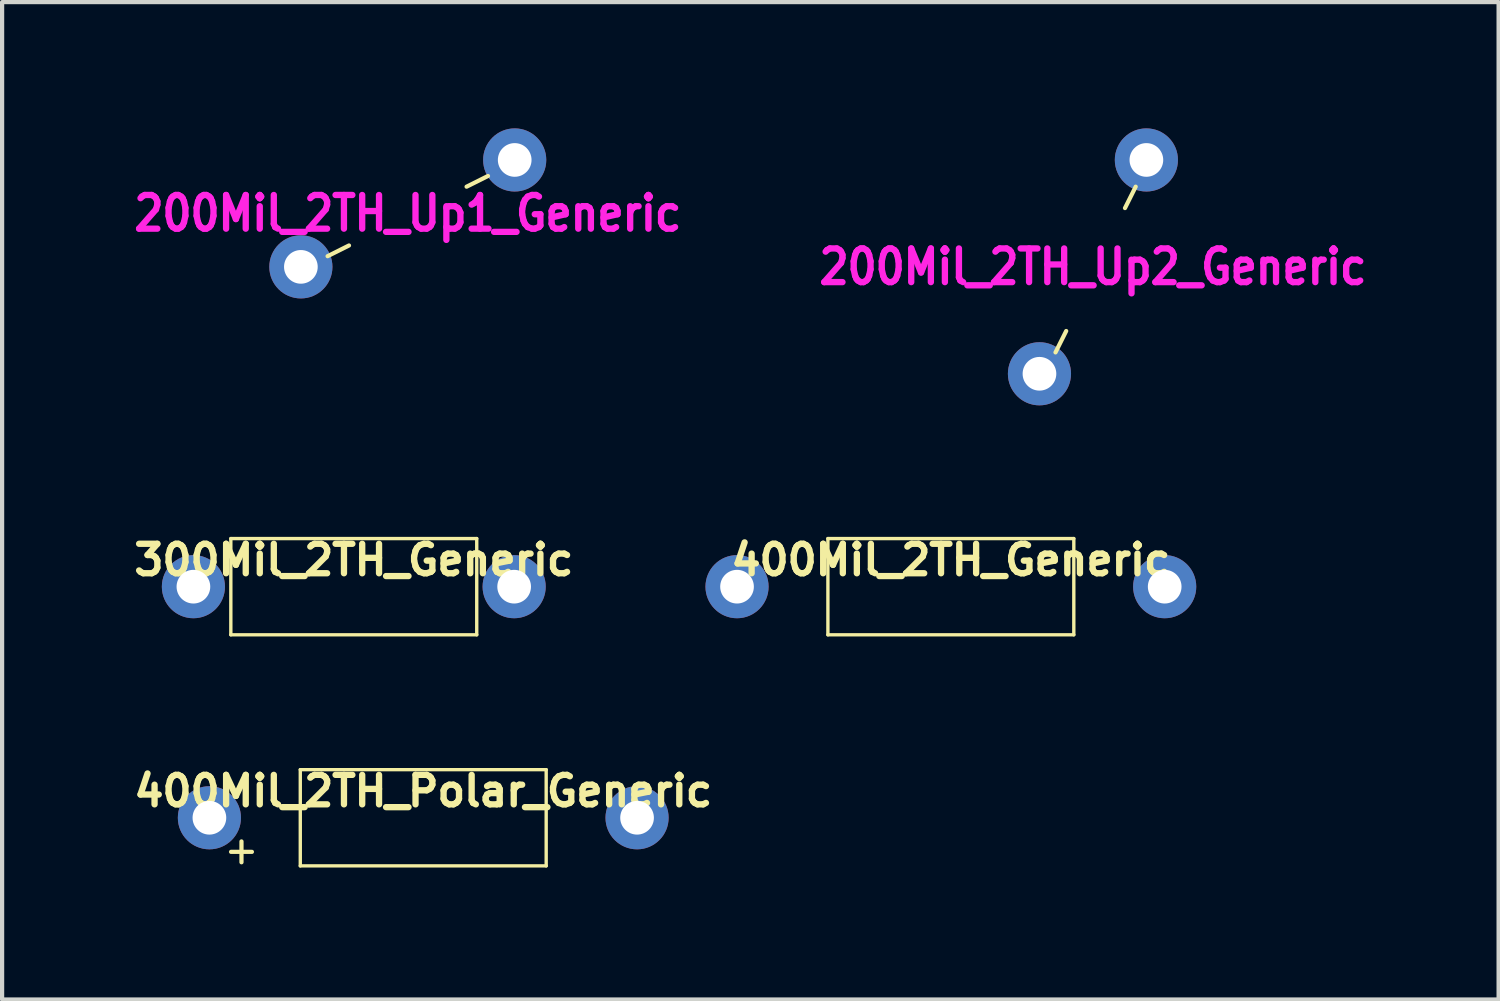
<source format=kicad_pcb>
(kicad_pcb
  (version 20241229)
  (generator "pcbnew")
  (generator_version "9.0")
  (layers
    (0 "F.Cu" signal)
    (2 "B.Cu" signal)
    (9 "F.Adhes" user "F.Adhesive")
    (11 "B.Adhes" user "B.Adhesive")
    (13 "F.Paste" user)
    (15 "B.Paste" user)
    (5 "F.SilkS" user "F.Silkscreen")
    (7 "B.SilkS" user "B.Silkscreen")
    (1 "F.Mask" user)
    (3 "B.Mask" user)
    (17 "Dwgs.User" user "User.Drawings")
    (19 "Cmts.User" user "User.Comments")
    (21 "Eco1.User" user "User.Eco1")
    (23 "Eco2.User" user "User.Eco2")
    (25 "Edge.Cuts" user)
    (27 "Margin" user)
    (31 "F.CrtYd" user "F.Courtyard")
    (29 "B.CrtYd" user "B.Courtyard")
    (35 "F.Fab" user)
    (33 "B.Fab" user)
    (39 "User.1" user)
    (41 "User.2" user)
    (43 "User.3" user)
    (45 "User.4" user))
  (footprint "400Mil_2TH_Generic"
    (placed yes)
    (layer "F.Cu")
    (at 14.46 10.888)
    (property "Reference" "400Mil_2TH_Generic" (at 5.08 -0.635 0) (layer "F.SilkS") (effects (font (size 0.7 0.7) (thickness 0.15))))
    (attr through_hole)
    (fp_line (start 2.159 -1.143) (end 2.159 1.143) (stroke (width 0.08) (type solid)) (layer "F.SilkS"))
    (fp_line (start 8.001 -1.143) (end 2.159 -1.143) (stroke (width 0.08) (type solid)) (layer "F.SilkS"))
    (fp_line (start 8.001 1.143) (end 2.159 1.143) (stroke (width 0.08) (type solid)) (layer "F.SilkS"))
    (fp_line (start 8.001 1.143) (end 8.001 -1.143) (stroke (width 0.08) (type solid)) (layer "F.SilkS"))
    (pad "1" thru_hole circle (at 0 0) (size 1.5 1.5) (drill 0.8) (layers "*.Cu" "*.Mask"))
    (pad "2" thru_hole circle (at 10.16 0) (size 1.5 1.5) (drill 0.8) (layers "*.Cu" "*.Mask")))
  (footprint "400Mil_2TH_Polar_Generic"
    (placed yes)
    (layer "F.Cu")
    (at 1.925 16.378)
    (property "Reference" "400Mil_2TH_Polar_Generic" (at 5.08 -0.635 0) (layer "F.SilkS") (effects (font (size 0.7 0.7) (thickness 0.15))))
    (attr through_hole)
    (fp_line (start 2.159 -1.143) (end 2.159 1.143) (stroke (width 0.08) (type solid)) (layer "F.SilkS"))
    (fp_line (start 8.001 -1.143) (end 2.159 -1.143) (stroke (width 0.08) (type solid)) (layer "F.SilkS"))
    (fp_line (start 8.001 1.143) (end 2.159 1.143) (stroke (width 0.08) (type solid)) (layer "F.SilkS"))
    (fp_line (start 8.001 1.143) (end 8.001 -1.143) (stroke (width 0.08) (type solid)) (layer "F.SilkS"))
    (fp_text user "+" (at 0.762 0.762 0) (layer "F.SilkS") (effects (font (size 0.65 0.65) (thickness 0.1))))
    (pad "1" thru_hole circle (at 0 0) (size 1.5 1.5) (drill 0.8) (layers "*.Cu" "*.Mask"))
    (pad "2" thru_hole circle (at 10.16 0) (size 1.5 1.5) (drill 0.8) (layers "*.Cu" "*.Mask")))
  (footprint "300Mil_2TH_Generic"
    (placed yes)
    (layer "F.Cu")
    (at 1.545 10.888)
    (property "Reference" "300Mil_2TH_Generic" (at 3.81 -0.635 0) (layer "F.SilkS") (effects (font (size 0.7 0.7) (thickness 0.15))))
    (attr through_hole)
    (fp_line (start 0.889 -1.143) (end 0.889 1.143) (stroke (width 0.08) (type solid)) (layer "F.SilkS"))
    (fp_line (start 6.731 -1.143) (end 0.889 -1.143) (stroke (width 0.08) (type solid)) (layer "F.SilkS"))
    (fp_line (start 6.731 1.143) (end 0.889 1.143) (stroke (width 0.08) (type solid)) (layer "F.SilkS"))
    (fp_line (start 6.731 1.143) (end 6.731 -1.143) (stroke (width 0.08) (type solid)) (layer "F.SilkS"))
    (pad "1" thru_hole circle (at 0 0) (size 1.5 1.5) (drill 0.8) (layers "*.Cu" "*.Mask"))
    (pad "2" thru_hole circle (at 7.62 0) (size 1.5 1.5) (drill 0.8) (layers "*.Cu" "*.Mask")))
  (footprint "200Mil_2TH_Up1_Generic"
    (placed yes)
    (layer "F.Cu")
    (at 4.098 3.29)
    (property "Reference" "200Mil_2TH_Up1_Generic" (at 2.54 -1.27 0) (layer "F.CrtYd") (effects (font (size 0.8 0.7) (thickness 0.15))))
    (attr through_hole)
    (fp_line (start 0.635 -0.254) (end 1.143 -0.508) (stroke (width 0.1) (type solid)) (layer "F.SilkS"))
    (fp_line (start 3.937 -1.905) (end 4.445 -2.159) (stroke (width 0.1) (type solid)) (layer "F.SilkS"))
    (pad "1" thru_hole circle (at 0 0) (size 1.5 1.5) (drill 0.8) (layers "*.Cu" "*.Mask"))
    (pad "2" thru_hole circle (at 5.08 -2.54) (size 1.5 1.5) (drill 0.8) (layers "*.Cu" "*.Mask")))
  (footprint "200Mil_2TH_Up2_Generic"
    (placed yes)
    (layer "F.Cu")
    (at 21.645 5.83)
    (property "Reference" "200Mil_2TH_Up2_Generic" (at 1.27 -2.54 0) (layer "F.CrtYd") (effects (font (size 0.8 0.7) (thickness 0.15))))
    (attr through_hole)
    (fp_line (start 0.381 -0.508) (end 0.635 -1.016) (stroke (width 0.1) (type solid)) (layer "F.SilkS"))
    (fp_line (start 2.286 -4.445) (end 2.032 -3.937) (stroke (width 0.1) (type solid)) (layer "F.SilkS"))
    (pad "1" thru_hole circle (at 0 0) (size 1.5 1.5) (drill 0.8) (layers "*.Cu" "*.Mask"))
    (pad "2" thru_hole circle (at 2.54 -5.08) (size 1.5 1.5) (drill 0.8) (layers "*.Cu" "*.Mask")))
  (gr_rect
    (start -3 -3)
    (end 32.553 20.696)
    (stroke (width 0.1) (type default))
    (fill no)
    (layer "Edge.Cuts")))
</source>
